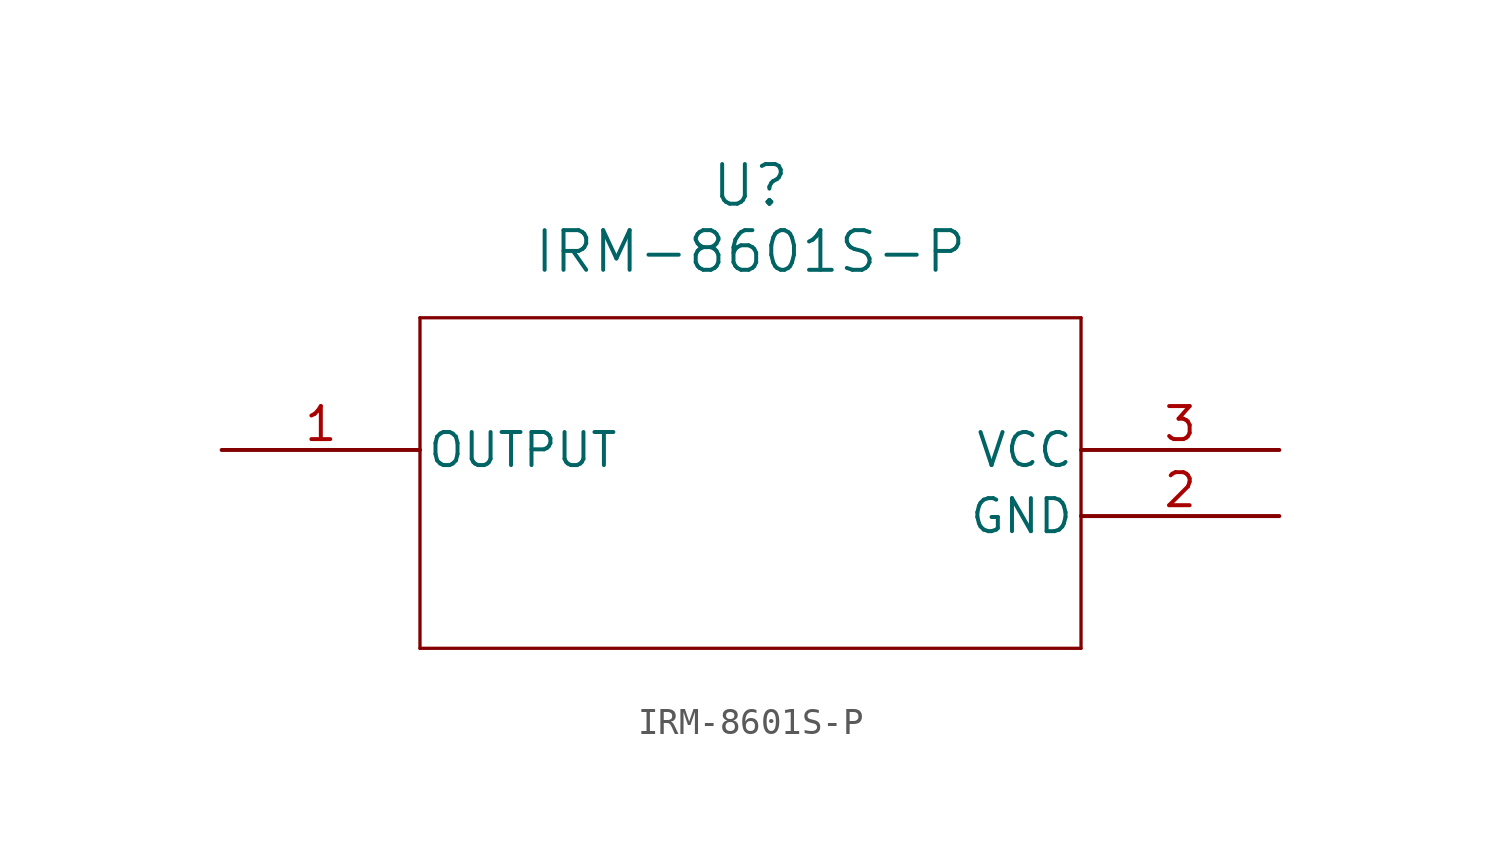
<source format=kicad_sym>
(kicad_symbol_lib
  (version 20211014)
  (generator kicad_symbol_editor)
  (symbol "IRM-8601S-P"
    (pin_names
      (offset 0.254))
    (property "Reference" "U"
      (at 20.32 10.16 0)
      (effects (font (size 1.524 1.524))))
    (property "Value" "IRM-8601S-P"
      (at 20.32 7.62 0)
      (effects (font (size 1.524 1.524))))
    (symbol "IRM-8601S-P_0_1"
      (polyline (pts (xy 7.62 5.08) (xy 7.62 -7.62)) (stroke (width 0.127) (type default) (color 0 0 0 0)) (fill (type none)))
      (polyline (pts (xy 7.62 -7.62) (xy 33.02 -7.62)) (stroke (width 0.127) (type default) (color 0 0 0 0)) (fill (type none)))
      (polyline (pts (xy 33.02 -7.62) (xy 33.02 5.08)) (stroke (width 0.127) (type default) (color 0 0 0 0)) (fill (type none)))
      (polyline (pts (xy 33.02 5.08) (xy 7.62 5.08)) (stroke (width 0.127) (type default) (color 0 0 0 0)) (fill (type none)))
      (pin output line (at 0 0 0) (length 7.62) (name "OUTPUT" (effects (font (size 1.27 1.27)))) (number "1" (effects (font (size 1.27 1.27)))))
      (pin power_out line (at 40.64 -2.54 180) (length 7.62) (name "GND" (effects (font (size 1.27 1.27)))) (number "2" (effects (font (size 1.27 1.27)))))
      (pin power_in line (at 40.64 0 180) (length 7.62) (name "VCC" (effects (font (size 1.27 1.27)))) (number "3" (effects (font (size 1.27 1.27))))))))
</source>
